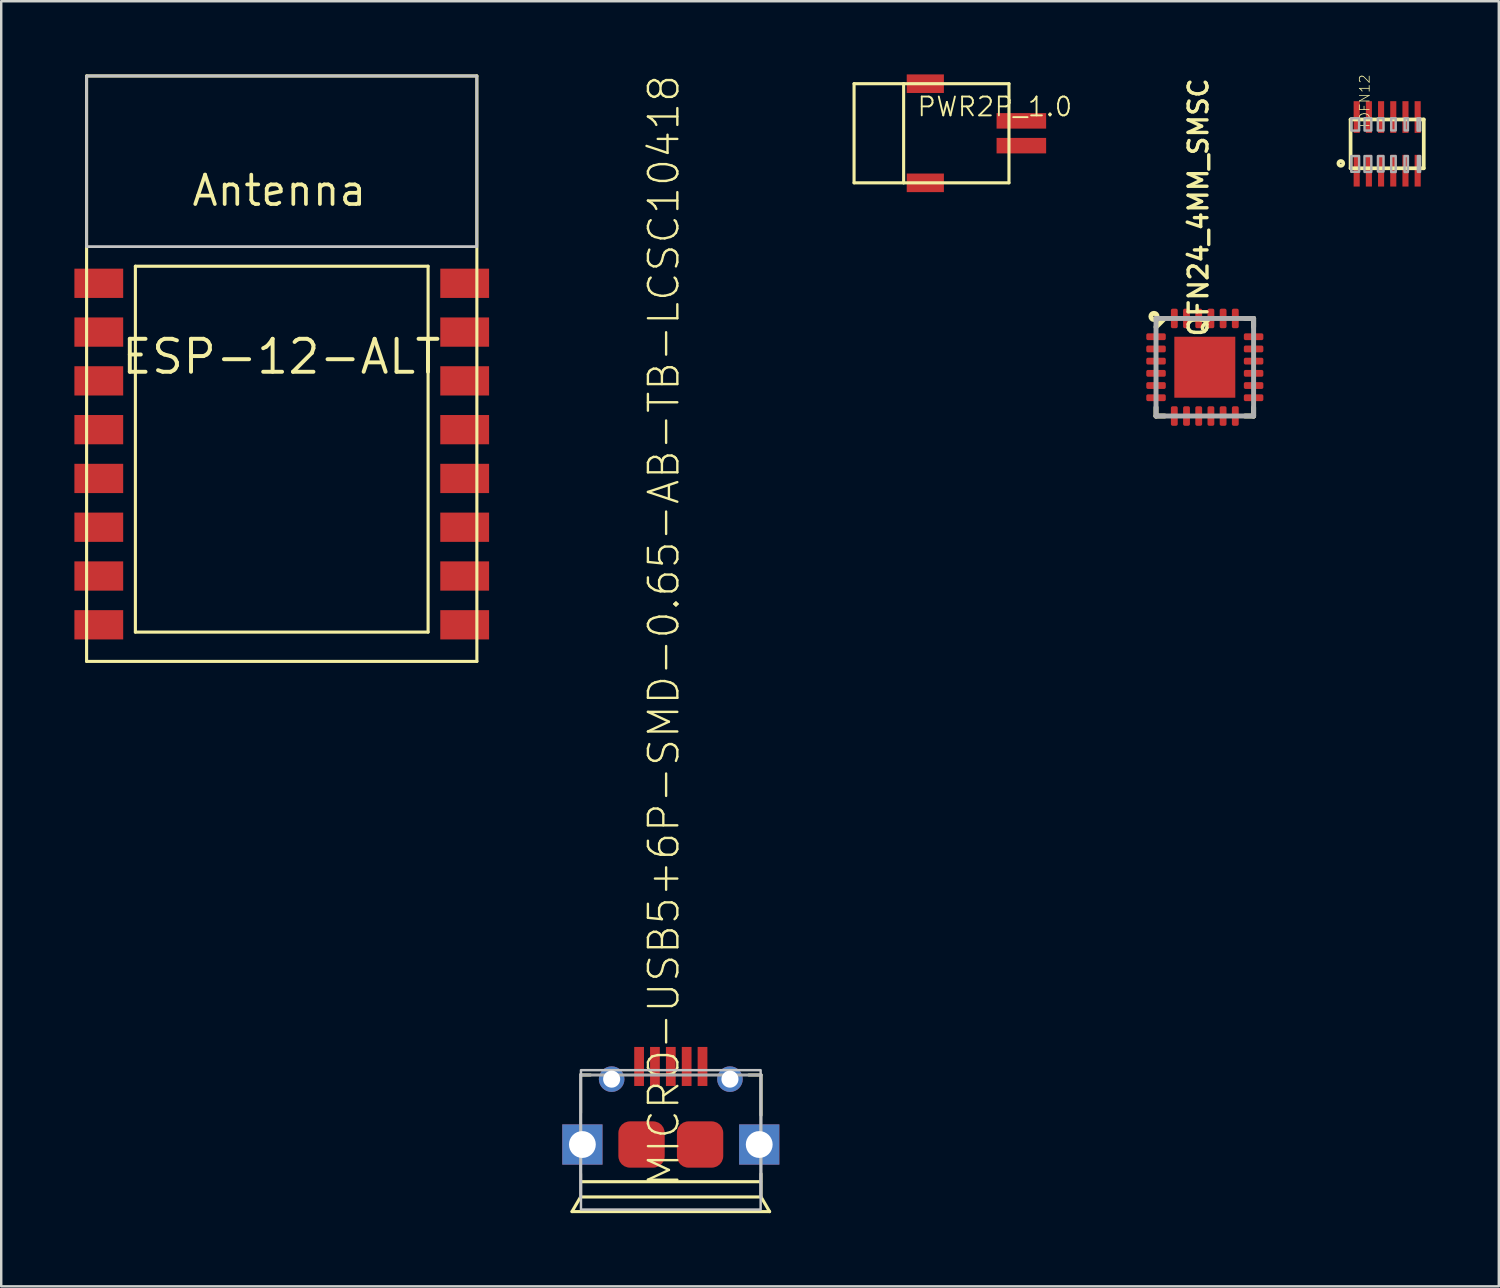
<source format=kicad_pcb>
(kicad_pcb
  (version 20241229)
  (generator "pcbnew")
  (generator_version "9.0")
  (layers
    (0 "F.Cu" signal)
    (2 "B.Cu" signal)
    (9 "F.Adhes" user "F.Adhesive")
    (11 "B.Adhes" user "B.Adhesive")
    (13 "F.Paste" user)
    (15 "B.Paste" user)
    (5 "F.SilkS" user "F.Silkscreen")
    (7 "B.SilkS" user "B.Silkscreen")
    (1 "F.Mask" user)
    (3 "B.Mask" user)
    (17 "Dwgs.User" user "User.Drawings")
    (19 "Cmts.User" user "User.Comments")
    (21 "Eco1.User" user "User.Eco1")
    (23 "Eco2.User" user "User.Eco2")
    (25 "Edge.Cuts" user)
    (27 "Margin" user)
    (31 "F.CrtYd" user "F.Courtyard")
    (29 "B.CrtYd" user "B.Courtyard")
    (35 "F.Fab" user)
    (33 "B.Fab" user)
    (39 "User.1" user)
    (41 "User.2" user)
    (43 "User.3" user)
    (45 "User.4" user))
  (footprint "TDFN12"
    (layer "F.Cu")
    (at 53.818 2.848)
    (property "Reference" "TDFN12" (at -0.686 -0.582 270) (layer "F.SilkS") (effects (font (size 0.404 0.404) (thickness 0.032)) (justify left bottom)))
    (attr through_hole)
    (fp_line (start -1.5 -1) (end 1.5 -1) (stroke (width 0.152) (type solid)) (layer "F.SilkS"))
    (fp_line (start -1.5 1) (end -1.5 -1) (stroke (width 0.152) (type solid)) (layer "F.SilkS"))
    (fp_line (start 1.5 -1) (end 1.5 1) (stroke (width 0.152) (type solid)) (layer "F.SilkS"))
    (fp_line (start 1.5 1) (end -1.5 1) (stroke (width 0.152) (type solid)) (layer "F.SilkS"))
    (fp_circle (center -1.9 0.8) (end -1.8 0.8) (stroke (width 0.152) (type solid)) (fill no) (layer "F.SilkS"))
    (fp_poly (pts (xy -1.472 1.145) (xy -1.15 1.145) (xy -1.15 0.5) (xy -1.472 0.5)) (stroke (width 0.1) (type solid)) (fill no) (layer "F.Fab"))
    (fp_poly (pts (xy -1.468 -0.544) (xy -1.15 -0.544) (xy -1.15 -1.05) (xy -1.468 -1.05)) (stroke (width 0.1) (type solid)) (fill no) (layer "F.Fab"))
    (fp_poly (pts (xy -0.93 1.149) (xy -0.65 1.149) (xy -0.65 0.5) (xy -0.93 0.5)) (stroke (width 0.1) (type solid)) (fill no) (layer "F.Fab"))
    (fp_poly (pts (xy -0.927 -0.545) (xy -0.65 -0.545) (xy -0.65 -1.05) (xy -0.927 -1.05)) (stroke (width 0.1) (type solid)) (fill no) (layer "F.Fab"))
    (fp_poly (pts (xy -0.383 -0.547) (xy -0.15 -0.547) (xy -0.15 -1.05) (xy -0.383 -1.05)) (stroke (width 0.1) (type solid)) (fill no) (layer "F.Fab"))
    (fp_poly (pts (xy -0.378 1.135) (xy -0.15 1.135) (xy -0.15 0.5) (xy -0.378 0.5)) (stroke (width 0.1) (type solid)) (fill no) (layer "F.Fab"))
    (fp_poly (pts (xy 0.165 1.153) (xy 0.35 1.153) (xy 0.35 0.5) (xy 0.165 0.5)) (stroke (width 0.1) (type solid)) (fill no) (layer "F.Fab"))
    (fp_poly (pts (xy 0.165 -0.55) (xy 0.35 -0.55) (xy 0.35 -1.05) (xy 0.165 -1.05)) (stroke (width 0.1) (type solid)) (fill no) (layer "F.Fab"))
    (fp_poly (pts (xy 0.713 1.152) (xy 0.85 1.152) (xy 0.85 0.5) (xy 0.713 0.5)) (stroke (width 0.1) (type solid)) (fill no) (layer "F.Fab"))
    (fp_poly (pts (xy 0.716 -0.551) (xy 0.85 -0.551) (xy 0.85 -1.05) (xy 0.716 -1.05)) (stroke (width 0.1) (type solid)) (fill no) (layer "F.Fab"))
    (fp_poly (pts (xy 1.245 -0.541) (xy 1.35 -0.541) (xy 1.35 -1.05) (xy 1.245 -1.05)) (stroke (width 0.1) (type solid)) (fill no) (layer "F.Fab"))
    (fp_poly (pts (xy 1.258 1.148) (xy 1.35 1.148) (xy 1.35 0.5) (xy 1.258 0.5)) (stroke (width 0.1) (type solid)) (fill no) (layer "F.Fab"))
    (pad "1" smd rect (at -1.25 1.1) (size 0.25 1.3) (layers "F.Cu" "F.Mask" "F.Paste"))
    (pad "2" smd rect (at -0.75 1.1) (size 0.25 1.3) (layers "F.Cu" "F.Mask" "F.Paste"))
    (pad "3" smd rect (at -0.25 1.1) (size 0.25 1.3) (layers "F.Cu" "F.Mask" "F.Paste"))
    (pad "4" smd rect (at 0.25 1.1) (size 0.25 1.3) (layers "F.Cu" "F.Mask" "F.Paste"))
    (pad "5" smd rect (at 0.75 1.1) (size 0.25 1.3) (layers "F.Cu" "F.Mask" "F.Paste"))
    (pad "6" smd rect (at 1.25 1.1) (size 0.25 1.3) (layers "F.Cu" "F.Mask" "F.Paste"))
    (pad "7" smd rect (at 1.25 -1.1) (size 0.25 1.3) (layers "F.Cu" "F.Mask" "F.Paste"))
    (pad "8" smd rect (at 0.75 -1.1) (size 0.25 1.3) (layers "F.Cu" "F.Mask" "F.Paste"))
    (pad "9" smd rect (at 0.25 -1.1) (size 0.25 1.3) (layers "F.Cu" "F.Mask" "F.Paste"))
    (pad "10" smd rect (at -0.25 -1.1) (size 0.25 1.3) (layers "F.Cu" "F.Mask" "F.Paste"))
    (pad "11" smd rect (at -0.75 -1.1) (size 0.25 1.3) (layers "F.Cu" "F.Mask" "F.Paste"))
    (pad "12" smd rect (at -1.25 -1.1) (size 0.25 1.3) (layers "F.Cu" "F.Mask" "F.Paste")))
  (footprint "PWR2P_1.0"
    (layer "F.Cu")
    (at 38.313 2.413)
    (property "Reference" "PWR2P_1.0" (at -3.81 -0.635 180) (layer "F.SilkS") (effects (font (size 0.772 0.772) (thickness 0.077)) (justify left bottom)))
    (attr through_hole)
    (fp_line (start -6.35 -2.032) (end -6.35 2.032) (stroke (width 0.127) (type solid)) (layer "F.SilkS"))
    (fp_line (start -6.35 2.032) (end -4.318 2.032) (stroke (width 0.127) (type solid)) (layer "F.SilkS"))
    (fp_line (start -4.318 -2.032) (end -6.35 -2.032) (stroke (width 0.127) (type solid)) (layer "F.SilkS"))
    (fp_line (start -4.318 -2.032) (end 0 -2.032) (stroke (width 0.127) (type solid)) (layer "F.SilkS"))
    (fp_line (start -4.318 2.032) (end -4.318 -2.032) (stroke (width 0.127) (type solid)) (layer "F.SilkS"))
    (fp_line (start 0 -2.032) (end 0 2.032) (stroke (width 0.127) (type solid)) (layer "F.SilkS"))
    (fp_line (start 0 2.032) (end -4.318 2.032) (stroke (width 0.127) (type solid)) (layer "F.SilkS"))
    (pad "+" smd rect (at 0.508 -0.508) (size 2.032 0.635) (layers "F.Cu" "F.Mask" "F.Paste"))
    (pad "-" smd rect (at 0.508 0.508) (size 2.032 0.635) (layers "F.Cu" "F.Mask" "F.Paste"))
    (pad "P$3" smd rect (at -3.429 -2.032) (size 1.524 0.762) (layers "F.Cu" "F.Mask" "F.Paste"))
    (pad "P$4" smd rect (at -3.429 2.032) (size 1.524 0.762) (layers "F.Cu" "F.Mask" "F.Paste")))
  (footprint "ESP-12-ALT"
    (layer "F.Cu")
    (at 8.5 14.334)
    (property "Reference" "ESP-12-ALT" (at -0.02 -2.76 0) (layer "F.SilkS") (effects (font (size 1.351 1.351) (thickness 0.162))))
    (attr through_hole)
    (fp_line (start -8 -14.27) (end 8 -14.27) (stroke (width 0.127) (type solid)) (layer "F.SilkS"))
    (fp_line (start -8 9.73) (end -8 -14.27) (stroke (width 0.127) (type solid)) (layer "F.SilkS"))
    (fp_line (start -6 -6.47) (end 6 -6.47) (stroke (width 0.127) (type solid)) (layer "F.SilkS"))
    (fp_line (start -6 8.53) (end -6 -6.47) (stroke (width 0.127) (type solid)) (layer "F.SilkS"))
    (fp_line (start 6 -6.47) (end 6 8.53) (stroke (width 0.127) (type solid)) (layer "F.SilkS"))
    (fp_line (start 6 8.53) (end -6 8.53) (stroke (width 0.127) (type solid)) (layer "F.SilkS"))
    (fp_line (start 8 -14.27) (end 8 9.73) (stroke (width 0.127) (type solid)) (layer "F.SilkS"))
    (fp_line (start 8 9.73) (end -8 9.73) (stroke (width 0.127) (type solid)) (layer "F.SilkS"))
    (fp_poly (pts (xy -8 -7.27) (xy 8 -7.27) (xy 8 -14.27) (xy -8 -14.27)) (stroke (width 0.1) (type solid)) (fill no) (layer "Dwgs.User"))
    (fp_poly (pts (xy -8 -7.27) (xy 8 -7.27) (xy 8 -14.27) (xy -8 -14.27)) (stroke (width 0.1) (type solid)) (fill no) (layer "Dwgs.User"))
    (fp_text user "Antenna" (at -0.1 -9.57 0) (layer "F.SilkS") (effects (font (size 1.206 1.206) (thickness 0.152))))
    (pad "1" smd rect (at -7.5 -5.77) (size 2 1.2) (layers "F.Cu" "F.Mask" "F.Paste"))
    (pad "2" smd rect (at -7.5 -3.77) (size 2 1.2) (layers "F.Cu" "F.Mask" "F.Paste"))
    (pad "3" smd rect (at -7.5 -1.77) (size 2 1.2) (layers "F.Cu" "F.Mask" "F.Paste"))
    (pad "4" smd rect (at -7.5 0.23) (size 2 1.2) (layers "F.Cu" "F.Mask" "F.Paste"))
    (pad "5" smd rect (at -7.5 2.23) (size 2 1.2) (layers "F.Cu" "F.Mask" "F.Paste"))
    (pad "6" smd rect (at -7.5 4.23) (size 2 1.2) (layers "F.Cu" "F.Mask" "F.Paste"))
    (pad "7" smd rect (at -7.5 6.23) (size 2 1.2) (layers "F.Cu" "F.Mask" "F.Paste"))
    (pad "8" smd rect (at -7.5 8.23) (size 2 1.2) (layers "F.Cu" "F.Mask" "F.Paste"))
    (pad "9" smd rect (at 7.5 8.23) (size 2 1.2) (layers "F.Cu" "F.Mask" "F.Paste"))
    (pad "10" smd rect (at 7.5 6.23) (size 2 1.2) (layers "F.Cu" "F.Mask" "F.Paste"))
    (pad "11" smd rect (at 7.5 4.23) (size 2 1.2) (layers "F.Cu" "F.Mask" "F.Paste"))
    (pad "12" smd rect (at 7.5 2.23) (size 2 1.2) (layers "F.Cu" "F.Mask" "F.Paste"))
    (pad "13" smd rect (at 7.5 0.23) (size 2 1.2) (layers "F.Cu" "F.Mask" "F.Paste"))
    (pad "14" smd rect (at 7.5 -1.77) (size 2 1.2) (layers "F.Cu" "F.Mask" "F.Paste"))
    (pad "15" smd rect (at 7.5 -3.77) (size 2 1.2) (layers "F.Cu" "F.Mask" "F.Paste"))
    (pad "16" smd rect (at 7.5 -5.77) (size 2 1.2) (layers "F.Cu" "F.Mask" "F.Paste")))
  (footprint "MICRO-USB5+6P-SMD-0.65-AB-TB-LCSC10418"
    (layer "F.Cu")
    (at 24.45 43.87)
    (property "Reference" "MICRO-USB5+6P-SMD-0.65-AB-TB-LCSC10418" (at 0.42 1.795 90) (layer "F.SilkS") (effects (font (size 1.206 1.206) (thickness 0.097)) (justify left bottom)))
    (attr through_hole)
    (fp_line (start -4.05 2.75) (end -3.7 2.15) (stroke (width 0.127) (type solid)) (layer "F.SilkS"))
    (fp_line (start -3.7 -2.85) (end -3.7 -1.3) (stroke (width 0.127) (type solid)) (layer "F.SilkS"))
    (fp_line (start -3.7 1.2) (end -3.7 2.1) (stroke (width 0.127) (type solid)) (layer "F.SilkS"))
    (fp_line (start -3.7 2.15) (end 3.7 2.15) (stroke (width 0.127) (type solid)) (layer "F.SilkS"))
    (fp_line (start -3.683 1.524) (end 3.683 1.524) (stroke (width 0.127) (type solid)) (layer "F.SilkS"))
    (fp_line (start -3.3 -2.85) (end -3.7 -2.85) (stroke (width 0.127) (type solid)) (layer "F.SilkS"))
    (fp_line (start 3.2 -2.85) (end 3.7 -2.85) (stroke (width 0.127) (type solid)) (layer "F.SilkS"))
    (fp_line (start 3.7 -2.85) (end 3.7 -1.2) (stroke (width 0.127) (type solid)) (layer "F.SilkS"))
    (fp_line (start 3.7 1.2) (end 3.7 2.1) (stroke (width 0.127) (type solid)) (layer "F.SilkS"))
    (fp_line (start 3.7 2.15) (end 4.05 2.75) (stroke (width 0.127) (type solid)) (layer "F.SilkS"))
    (fp_line (start 4.05 2.75) (end -4.05 2.75) (stroke (width 0.127) (type solid)) (layer "F.SilkS"))
    (fp_poly (pts (xy -3.683 2.667) (xy 3.683 2.667) (xy 3.683 -3.048) (xy -3.683 -3.048)) (stroke (width 0.1) (type solid)) (fill no) (layer "Dwgs.User"))
    (fp_line (start -3.7 -2.85) (end 3.7 -2.85) (stroke (width 0.127) (type solid)) (layer "F.Fab"))
    (fp_line (start -3.7 2.15) (end -3.7 -2.85) (stroke (width 0.127) (type solid)) (layer "F.Fab"))
    (fp_line (start 3.7 -2.85) (end 3.7 2.15) (stroke (width 0.127) (type solid)) (layer "F.Fab"))
    (pad "1" smd rect (at -1.3 -3.2 90) (size 1.6 0.4) (layers "F.Cu" "F.Mask" "F.Paste"))
    (pad "2" smd rect (at -0.65 -3.2 90) (size 1.6 0.4) (layers "F.Cu" "F.Mask" "F.Paste"))
    (pad "3" smd rect (at 0 -3.2 90) (size 1.6 0.4) (layers "F.Cu" "F.Mask" "F.Paste"))
    (pad "4" smd rect (at 0.65 -3.2 90) (size 1.6 0.4) (layers "F.Cu" "F.Mask" "F.Paste"))
    (pad "5" smd rect (at 1.3 -3.2 90) (size 1.6 0.4) (layers "F.Cu" "F.Mask" "F.Paste"))
    (pad "P$3" thru_hole rect (at -3.625 0 90) (size 1.65 1.65) (drill 1.1) (layers "*.Cu" "*.Mask"))
    (pad "P$4" thru_hole rect (at 3.625 0 90) (size 1.65 1.65) (drill 1.1) (layers "*.Cu" "*.Mask"))
    (pad "P1" smd roundrect (at -1.2 0 90) (size 1.9 1.9) (layers "F.Cu" "F.Mask" "F.Paste") (roundrect_rratio 0.25))
    (pad "P2" smd roundrect (at 1.2 0 90) (size 1.9 1.9) (layers "F.Cu" "F.Mask" "F.Paste") (roundrect_rratio 0.25))
    (pad "P5" thru_hole circle (at -2.425 -2.68) (size 1.05 1.05) (drill 0.7) (layers "*.Cu" "*.Mask"))
    (pad "P6" thru_hole circle (at 2.425 -2.68) (size 1.05 1.05) (drill 0.7) (layers "*.Cu" "*.Mask")))
  (footprint "QFN24_4MM_SMSC"
    (layer "F.Cu")
    (at 46.342 12.005)
    (property "Reference" "QFN24_4MM_SMSC" (at 0.19 -1.19 270) (layer "F.SilkS") (effects (font (size 0.772 0.772) (thickness 0.139)) (justify left bottom)))
    (attr through_hole)
    (fp_line (start -2 2) (end -2 1.65) (stroke (width 0.203) (type solid)) (layer "F.SilkS"))
    (fp_line (start -1.65 -2) (end -2 -1.65) (stroke (width 0.203) (type solid)) (layer "F.SilkS"))
    (fp_line (start -1.65 2) (end -2 2) (stroke (width 0.203) (type solid)) (layer "F.SilkS"))
    (fp_line (start 1.65 2) (end 2 2) (stroke (width 0.203) (type solid)) (layer "F.SilkS"))
    (fp_line (start 2 -2) (end 1.65 -2) (stroke (width 0.203) (type solid)) (layer "F.SilkS"))
    (fp_line (start 2 -1.65) (end 2 -2) (stroke (width 0.203) (type solid)) (layer "F.SilkS"))
    (fp_line (start 2 1.65) (end 2 2) (stroke (width 0.203) (type solid)) (layer "F.SilkS"))
    (fp_circle (center -2.083 -2.083) (end -1.956 -2.083) (stroke (width 0.203) (type solid)) (fill no) (layer "F.SilkS"))
    (fp_poly (pts (xy -1.2 -0.6) (xy -0.6 -0.6) (xy -0.6 -1.2) (xy -1.2 -1.2)) (stroke (width 0) (type solid)) (fill yes) (layer "F.Paste"))
    (fp_poly (pts (xy -1.2 0.3) (xy -0.6 0.3) (xy -0.6 -0.3) (xy -1.2 -0.3)) (stroke (width 0) (type solid)) (fill yes) (layer "F.Paste"))
    (fp_poly (pts (xy -1.2 1.2) (xy -0.6 1.2) (xy -0.6 0.6) (xy -1.2 0.6)) (stroke (width 0) (type solid)) (fill yes) (layer "F.Paste"))
    (fp_poly (pts (xy -0.3 -0.6) (xy 0.3 -0.6) (xy 0.3 -1.2) (xy -0.3 -1.2)) (stroke (width 0) (type solid)) (fill yes) (layer "F.Paste"))
    (fp_poly (pts (xy -0.3 0.3) (xy 0.3 0.3) (xy 0.3 -0.3) (xy -0.3 -0.3)) (stroke (width 0) (type solid)) (fill yes) (layer "F.Paste"))
    (fp_poly (pts (xy -0.3 1.2) (xy 0.3 1.2) (xy 0.3 0.6) (xy -0.3 0.6)) (stroke (width 0) (type solid)) (fill yes) (layer "F.Paste"))
    (fp_poly (pts (xy 0.6 -0.6) (xy 1.2 -0.6) (xy 1.2 -1.2) (xy 0.6 -1.2)) (stroke (width 0) (type solid)) (fill yes) (layer "F.Paste"))
    (fp_poly (pts (xy 0.6 0.3) (xy 1.2 0.3) (xy 1.2 -0.3) (xy 0.6 -0.3)) (stroke (width 0) (type solid)) (fill yes) (layer "F.Paste"))
    (fp_poly (pts (xy 0.6 1.2) (xy 1.2 1.2) (xy 1.2 0.6) (xy 0.6 0.6)) (stroke (width 0) (type solid)) (fill yes) (layer "F.Paste"))
    (fp_line (start -2 -2) (end -2 2) (stroke (width 0.203) (type solid)) (layer "F.Fab"))
    (fp_line (start -2 2) (end 2 2) (stroke (width 0.203) (type solid)) (layer "F.Fab"))
    (fp_line (start 2 -2) (end -2 -2) (stroke (width 0.203) (type solid)) (layer "F.Fab"))
    (fp_line (start 2 2) (end 2 -2) (stroke (width 0.203) (type solid)) (layer "F.Fab"))
    (pad "1" smd roundrect (at -2 -1.25 180) (size 0.8 0.28) (layers "F.Cu" "F.Mask" "F.Paste") (roundrect_rratio 0.25))
    (pad "2" smd roundrect (at -2 -0.75 180) (size 0.8 0.28) (layers "F.Cu" "F.Mask" "F.Paste") (roundrect_rratio 0.25))
    (pad "3" smd roundrect (at -2 -0.25 180) (size 0.8 0.28) (layers "F.Cu" "F.Mask" "F.Paste") (roundrect_rratio 0.25))
    (pad "4" smd roundrect (at -2 0.25 180) (size 0.8 0.28) (layers "F.Cu" "F.Mask" "F.Paste") (roundrect_rratio 0.25))
    (pad "5" smd roundrect (at -2 0.75 180) (size 0.8 0.28) (layers "F.Cu" "F.Mask" "F.Paste") (roundrect_rratio 0.25))
    (pad "6" smd roundrect (at -2 1.25 180) (size 0.8 0.28) (layers "F.Cu" "F.Mask" "F.Paste") (roundrect_rratio 0.25))
    (pad "7" smd roundrect (at -1.25 2 90) (size 0.8 0.28) (layers "F.Cu" "F.Mask" "F.Paste") (roundrect_rratio 0.25))
    (pad "8" smd roundrect (at -0.75 2 90) (size 0.8 0.28) (layers "F.Cu" "F.Mask" "F.Paste") (roundrect_rratio 0.25))
    (pad "9" smd roundrect (at -0.25 2 90) (size 0.8 0.28) (layers "F.Cu" "F.Mask" "F.Paste") (roundrect_rratio 0.25))
    (pad "10" smd roundrect (at 0.25 2 90) (size 0.8 0.28) (layers "F.Cu" "F.Mask" "F.Paste") (roundrect_rratio 0.25))
    (pad "11" smd roundrect (at 0.75 2 90) (size 0.8 0.28) (layers "F.Cu" "F.Mask" "F.Paste") (roundrect_rratio 0.25))
    (pad "12" smd roundrect (at 1.25 2 90) (size 0.8 0.28) (layers "F.Cu" "F.Mask" "F.Paste") (roundrect_rratio 0.25))
    (pad "13" smd roundrect (at 2 1.25) (size 0.8 0.28) (layers "F.Cu" "F.Mask" "F.Paste") (roundrect_rratio 0.25))
    (pad "14" smd roundrect (at 2 0.75) (size 0.8 0.28) (layers "F.Cu" "F.Mask" "F.Paste") (roundrect_rratio 0.25))
    (pad "15" smd roundrect (at 2 0.25) (size 0.8 0.28) (layers "F.Cu" "F.Mask" "F.Paste") (roundrect_rratio 0.25))
    (pad "16" smd roundrect (at 2 -0.25) (size 0.8 0.28) (layers "F.Cu" "F.Mask" "F.Paste") (roundrect_rratio 0.25))
    (pad "17" smd roundrect (at 2 -0.75) (size 0.8 0.28) (layers "F.Cu" "F.Mask" "F.Paste") (roundrect_rratio 0.25))
    (pad "18" smd roundrect (at 2 -1.25) (size 0.8 0.28) (layers "F.Cu" "F.Mask" "F.Paste") (roundrect_rratio 0.25))
    (pad "19" smd roundrect (at 1.25 -2 270) (size 0.8 0.28) (layers "F.Cu" "F.Mask" "F.Paste") (roundrect_rratio 0.25))
    (pad "20" smd roundrect (at 0.75 -2 270) (size 0.8 0.28) (layers "F.Cu" "F.Mask" "F.Paste") (roundrect_rratio 0.25))
    (pad "21" smd roundrect (at 0.25 -2 270) (size 0.8 0.28) (layers "F.Cu" "F.Mask" "F.Paste") (roundrect_rratio 0.25))
    (pad "22" smd roundrect (at -0.25 -2 270) (size 0.8 0.28) (layers "F.Cu" "F.Mask" "F.Paste") (roundrect_rratio 0.25))
    (pad "23" smd roundrect (at -0.75 -2 270) (size 0.8 0.28) (layers "F.Cu" "F.Mask" "F.Paste") (roundrect_rratio 0.25))
    (pad "24" smd roundrect (at -1.25 -2 270) (size 0.8 0.28) (layers "F.Cu" "F.Mask" "F.Paste") (roundrect_rratio 0.25))
    (pad "THERM" smd rect (at 0 0) (size 2.5 2.5) (layers "F.Cu" "F.Mask")))
  (gr_rect
    (start -3 -3)
    (end 58.394 49.684)
    (stroke (width 0.1) (type default))
    (fill no)
    (layer "Edge.Cuts")))
</source>
